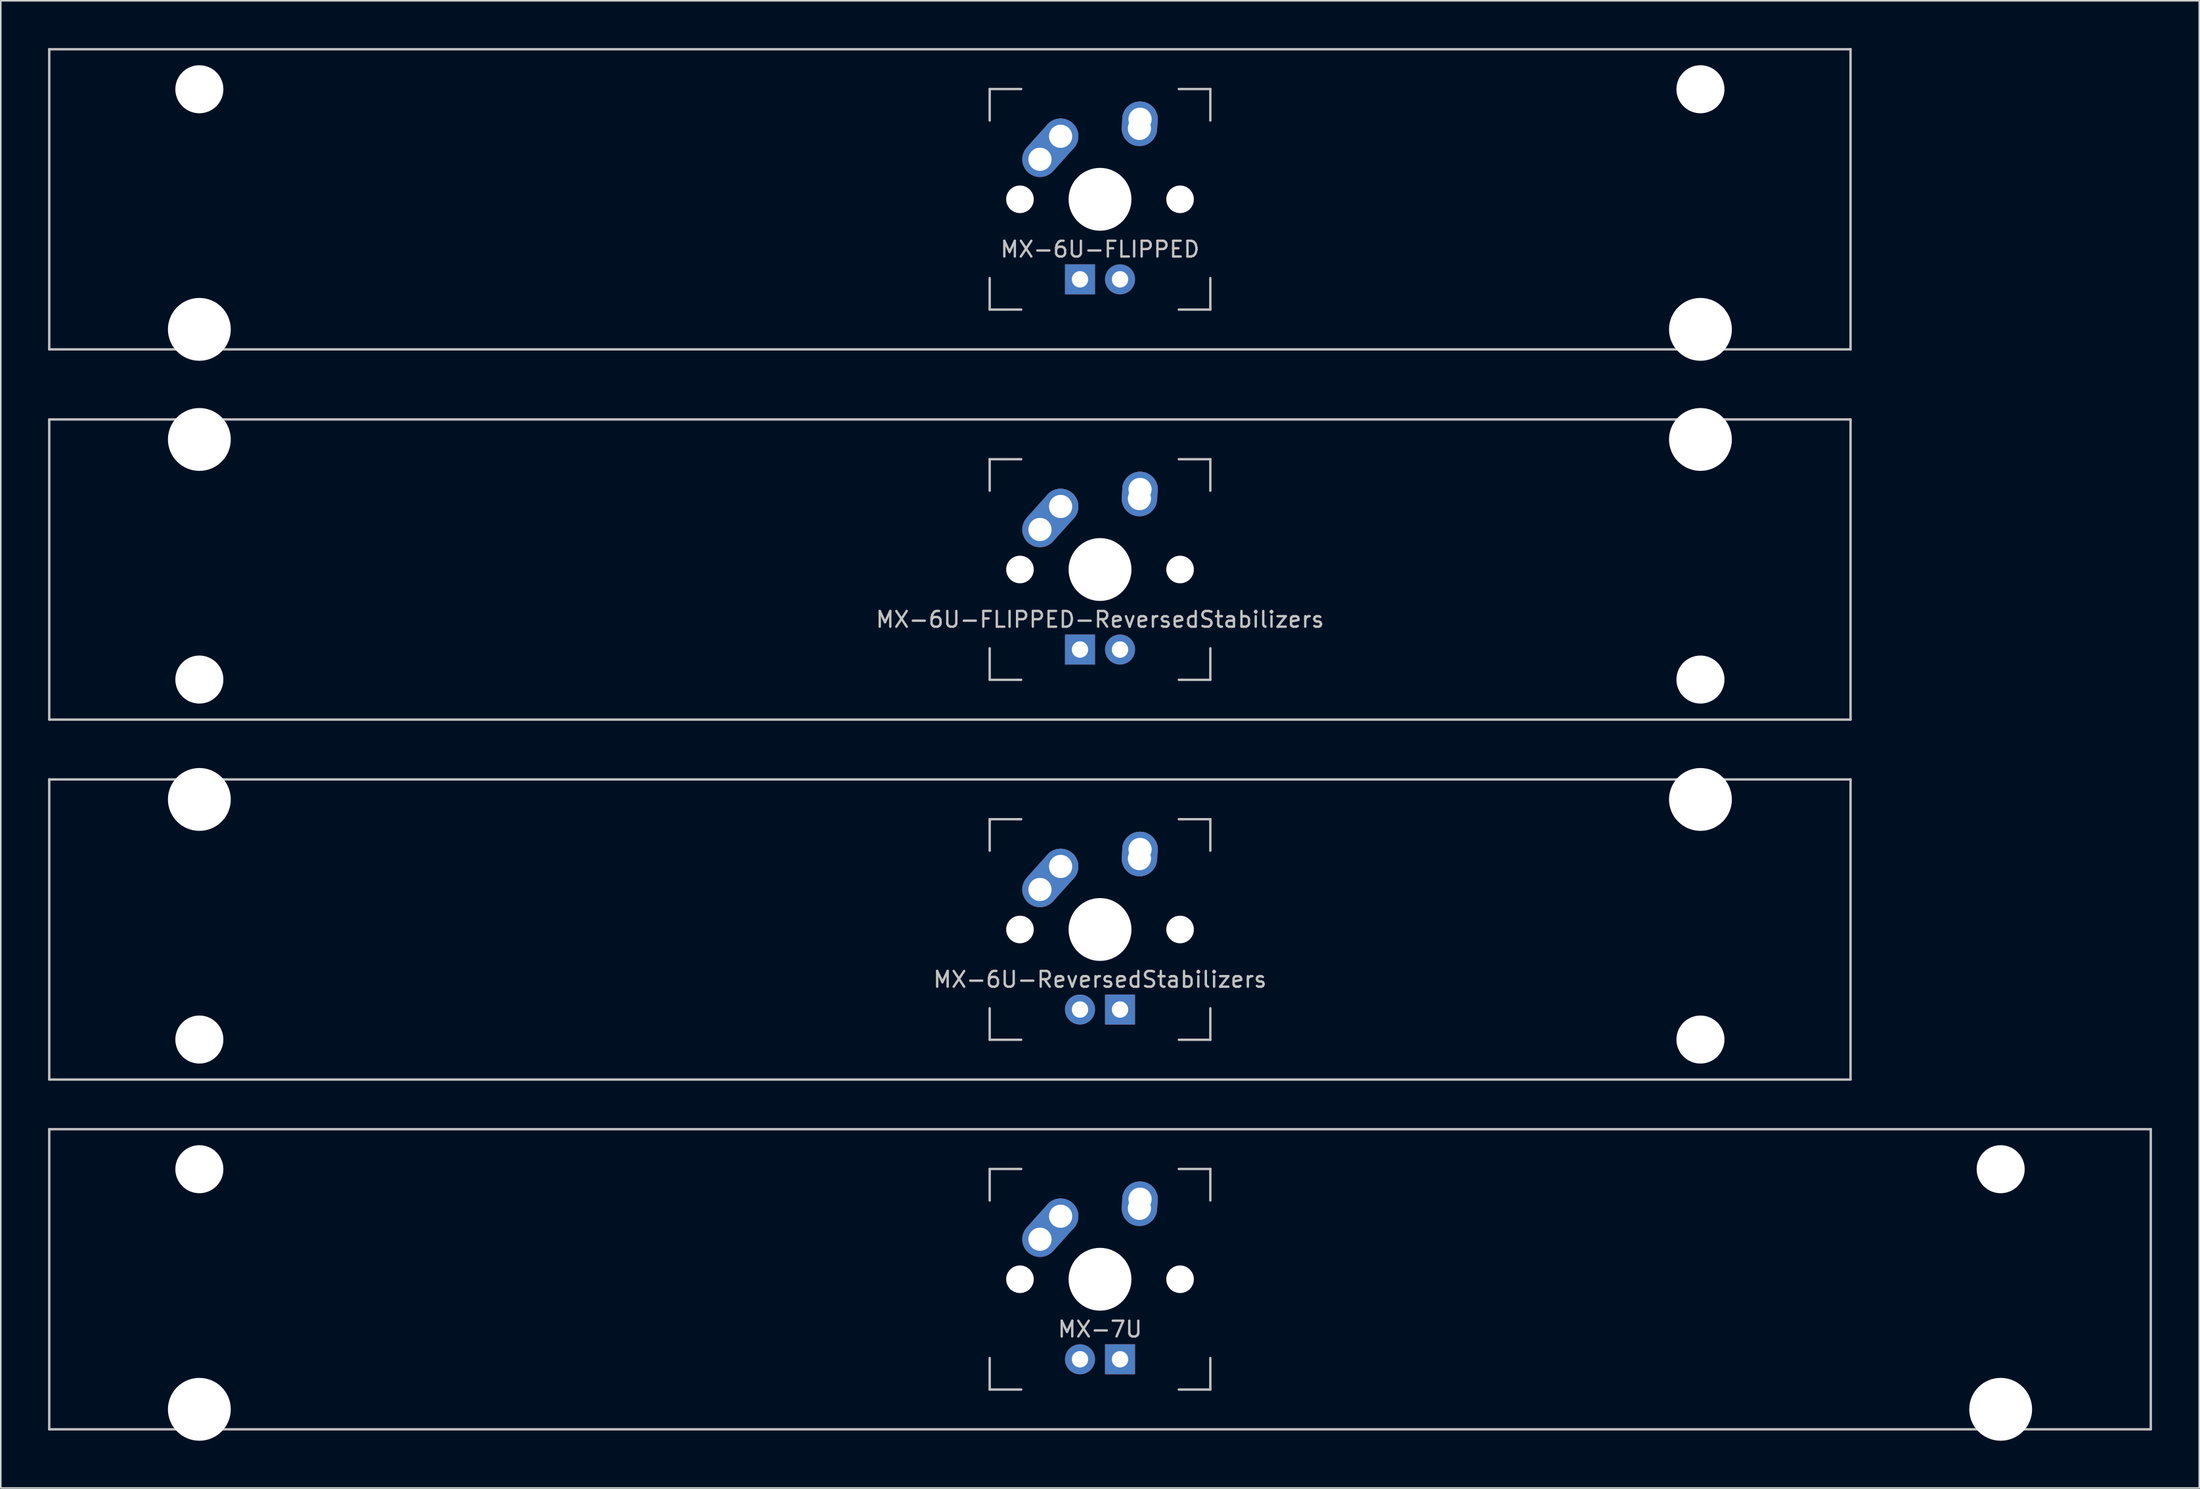
<source format=kicad_pcb>
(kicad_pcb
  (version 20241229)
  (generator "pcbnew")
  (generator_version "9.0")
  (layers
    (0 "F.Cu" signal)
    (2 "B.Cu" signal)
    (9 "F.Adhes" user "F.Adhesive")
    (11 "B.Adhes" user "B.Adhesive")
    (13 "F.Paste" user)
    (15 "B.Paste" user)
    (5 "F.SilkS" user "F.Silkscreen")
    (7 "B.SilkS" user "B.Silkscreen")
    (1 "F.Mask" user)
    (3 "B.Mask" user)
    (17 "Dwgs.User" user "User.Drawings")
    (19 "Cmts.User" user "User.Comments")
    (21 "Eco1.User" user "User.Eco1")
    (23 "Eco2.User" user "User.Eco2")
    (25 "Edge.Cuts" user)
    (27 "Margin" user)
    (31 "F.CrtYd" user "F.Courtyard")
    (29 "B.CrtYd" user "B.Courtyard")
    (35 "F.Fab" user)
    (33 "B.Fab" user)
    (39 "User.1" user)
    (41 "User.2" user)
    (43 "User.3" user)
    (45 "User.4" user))
  (footprint "MX-6U-ReversedStabilizers"
    (layer "F.Cu")
    (at 57.225 55.947)
    (property "Reference" "MX-6U-ReversedStabilizers" (at 9.525 3.175 0) (layer "Dwgs.User") (effects (font (size 1 1) (thickness 0.15))))
    (attr through_hole)
    (fp_line (start -57.15 -9.525) (end 57.15 -9.525) (stroke (width 0.15) (type solid)) (layer "Dwgs.User"))
    (fp_line (start -57.15 9.525) (end -57.15 -9.525) (stroke (width 0.15) (type solid)) (layer "Dwgs.User"))
    (fp_line (start -57.15 9.525) (end 57.15 9.525) (stroke (width 0.15) (type solid)) (layer "Dwgs.User"))
    (fp_line (start 2.525 -7) (end 2.525 -5) (stroke (width 0.15) (type solid)) (layer "Dwgs.User"))
    (fp_line (start 2.525 5) (end 2.525 7) (stroke (width 0.15) (type solid)) (layer "Dwgs.User"))
    (fp_line (start 2.525 7) (end 4.525 7) (stroke (width 0.15) (type solid)) (layer "Dwgs.User"))
    (fp_line (start 4.525 -7) (end 2.525 -7) (stroke (width 0.15) (type solid)) (layer "Dwgs.User"))
    (fp_line (start 14.525 -7) (end 16.525 -7) (stroke (width 0.15) (type solid)) (layer "Dwgs.User"))
    (fp_line (start 14.525 7) (end 16.525 7) (stroke (width 0.15) (type solid)) (layer "Dwgs.User"))
    (fp_line (start 16.525 -7) (end 16.525 -5) (stroke (width 0.15) (type solid)) (layer "Dwgs.User"))
    (fp_line (start 16.525 7) (end 16.525 5) (stroke (width 0.15) (type solid)) (layer "Dwgs.User"))
    (fp_line (start 57.15 -9.525) (end 57.15 9.525) (stroke (width 0.15) (type solid)) (layer "Dwgs.User"))
    (pad "" np_thru_hole circle (at -47.625 -8.255) (size 3.988 3.988) (drill 3.988) (layers "*.Cu" "*.Mask"))
    (pad "" np_thru_hole circle (at -47.625 6.985) (size 3.048 3.048) (drill 3.048) (layers "*.Cu" "*.Mask"))
    (pad "" np_thru_hole circle (at 4.445 0 48.1) (size 1.75 1.75) (drill 1.75) (layers "*.Cu" "*.Mask"))
    (pad "" np_thru_hole circle (at 9.525 0) (size 3.988 3.988) (drill 3.988) (layers "*.Cu" "*.Mask"))
    (pad "" np_thru_hole circle (at 14.605 0 48.1) (size 1.75 1.75) (drill 1.75) (layers "*.Cu" "*.Mask"))
    (pad "" np_thru_hole circle (at 47.625 -8.255) (size 3.988 3.988) (drill 3.988) (layers "*.Cu" "*.Mask"))
    (pad "" np_thru_hole circle (at 47.625 6.985) (size 3.048 3.048) (drill 3.048) (layers "*.Cu" "*.Mask"))
    (pad "1" thru_hole oval (at 5.715 -2.54 48.1) (size 4.212 2.25) (drill 1.47 (offset 0.981 0)) (layers "*.Cu" "B.Mask"))
    (pad "1" thru_hole circle (at 7.025 -4) (size 2.25 2.25) (drill 1.47) (layers "*.Cu" "B.Mask"))
    (pad "2" thru_hole oval (at 12.025 -4.5 86.055) (size 2.831 2.25) (drill 1.47 (offset 0.291 0)) (layers "*.Cu" "B.Mask"))
    (pad "2" thru_hole circle (at 12.065 -5.08) (size 2.25 2.25) (drill 1.47) (layers "*.Cu" "B.Mask"))
    (pad "3" thru_hole circle (at 8.255 5.08) (size 1.905 1.905) (drill 1.04) (layers "*.Cu" "B.Mask"))
    (pad "4" thru_hole rect (at 10.795 5.08) (size 1.905 1.905) (drill 1.04) (layers "*.Cu" "B.Mask")))
  (footprint "MX-6U-FLIPPED"
    (layer "F.Cu")
    (at 57.225 9.6)
    (property "Reference" "MX-6U-FLIPPED" (at 9.525 3.175 0) (layer "Dwgs.User") (effects (font (size 1 1) (thickness 0.15))))
    (attr through_hole)
    (fp_line (start -57.15 -9.525) (end 57.15 -9.525) (stroke (width 0.15) (type solid)) (layer "Dwgs.User"))
    (fp_line (start -57.15 9.525) (end -57.15 -9.525) (stroke (width 0.15) (type solid)) (layer "Dwgs.User"))
    (fp_line (start -57.15 9.525) (end 57.15 9.525) (stroke (width 0.15) (type solid)) (layer "Dwgs.User"))
    (fp_line (start 2.525 -7) (end 2.525 -5) (stroke (width 0.15) (type solid)) (layer "Dwgs.User"))
    (fp_line (start 2.525 5) (end 2.525 7) (stroke (width 0.15) (type solid)) (layer "Dwgs.User"))
    (fp_line (start 2.525 7) (end 4.525 7) (stroke (width 0.15) (type solid)) (layer "Dwgs.User"))
    (fp_line (start 4.525 -7) (end 2.525 -7) (stroke (width 0.15) (type solid)) (layer "Dwgs.User"))
    (fp_line (start 14.525 -7) (end 16.525 -7) (stroke (width 0.15) (type solid)) (layer "Dwgs.User"))
    (fp_line (start 14.525 7) (end 16.525 7) (stroke (width 0.15) (type solid)) (layer "Dwgs.User"))
    (fp_line (start 16.525 -7) (end 16.525 -5) (stroke (width 0.15) (type solid)) (layer "Dwgs.User"))
    (fp_line (start 16.525 7) (end 16.525 5) (stroke (width 0.15) (type solid)) (layer "Dwgs.User"))
    (fp_line (start 57.15 -9.525) (end 57.15 9.525) (stroke (width 0.15) (type solid)) (layer "Dwgs.User"))
    (pad "" np_thru_hole circle (at -47.625 -6.985) (size 3.048 3.048) (drill 3.048) (layers "*.Cu" "*.Mask"))
    (pad "" np_thru_hole circle (at -47.625 8.255) (size 3.988 3.988) (drill 3.988) (layers "*.Cu" "*.Mask"))
    (pad "" np_thru_hole circle (at 4.445 0 48.1) (size 1.75 1.75) (drill 1.75) (layers "*.Cu" "*.Mask"))
    (pad "" np_thru_hole circle (at 9.525 0) (size 3.988 3.988) (drill 3.988) (layers "*.Cu" "*.Mask"))
    (pad "" np_thru_hole circle (at 14.605 0 48.1) (size 1.75 1.75) (drill 1.75) (layers "*.Cu" "*.Mask"))
    (pad "" np_thru_hole circle (at 47.625 -6.985) (size 3.048 3.048) (drill 3.048) (layers "*.Cu" "*.Mask"))
    (pad "" np_thru_hole circle (at 47.625 8.255) (size 3.988 3.988) (drill 3.988) (layers "*.Cu" "*.Mask"))
    (pad "1" thru_hole oval (at 5.715 -2.54 48.1) (size 4.212 2.25) (drill 1.47 (offset 0.981 0)) (layers "*.Cu" "B.Mask"))
    (pad "1" thru_hole circle (at 7.025 -4) (size 2.25 2.25) (drill 1.47) (layers "*.Cu" "B.Mask"))
    (pad "2" thru_hole oval (at 12.025 -4.5 86.055) (size 2.831 2.25) (drill 1.47 (offset 0.291 0)) (layers "*.Cu" "B.Mask"))
    (pad "2" thru_hole circle (at 12.065 -5.08) (size 2.25 2.25) (drill 1.47) (layers "*.Cu" "B.Mask"))
    (pad "3" thru_hole circle (at 10.795 5.08) (size 1.905 1.905) (drill 1.04) (layers "*.Cu" "B.Mask"))
    (pad "4" thru_hole rect (at 8.255 5.08) (size 1.905 1.905) (drill 1.04) (layers "*.Cu" "B.Mask")))
  (footprint "MX-6U-FLIPPED-ReversedStabilizers"
    (layer "F.Cu")
    (at 57.225 33.098)
    (property "Reference" "MX-6U-FLIPPED-ReversedStabilizers" (at 9.525 3.175 0) (layer "Dwgs.User") (effects (font (size 1 1) (thickness 0.15))))
    (attr through_hole)
    (fp_line (start -57.15 -9.525) (end 57.15 -9.525) (stroke (width 0.15) (type solid)) (layer "Dwgs.User"))
    (fp_line (start -57.15 9.525) (end -57.15 -9.525) (stroke (width 0.15) (type solid)) (layer "Dwgs.User"))
    (fp_line (start -57.15 9.525) (end 57.15 9.525) (stroke (width 0.15) (type solid)) (layer "Dwgs.User"))
    (fp_line (start 2.525 -7) (end 2.525 -5) (stroke (width 0.15) (type solid)) (layer "Dwgs.User"))
    (fp_line (start 2.525 5) (end 2.525 7) (stroke (width 0.15) (type solid)) (layer "Dwgs.User"))
    (fp_line (start 2.525 7) (end 4.525 7) (stroke (width 0.15) (type solid)) (layer "Dwgs.User"))
    (fp_line (start 4.525 -7) (end 2.525 -7) (stroke (width 0.15) (type solid)) (layer "Dwgs.User"))
    (fp_line (start 14.525 -7) (end 16.525 -7) (stroke (width 0.15) (type solid)) (layer "Dwgs.User"))
    (fp_line (start 14.525 7) (end 16.525 7) (stroke (width 0.15) (type solid)) (layer "Dwgs.User"))
    (fp_line (start 16.525 -7) (end 16.525 -5) (stroke (width 0.15) (type solid)) (layer "Dwgs.User"))
    (fp_line (start 16.525 7) (end 16.525 5) (stroke (width 0.15) (type solid)) (layer "Dwgs.User"))
    (fp_line (start 57.15 -9.525) (end 57.15 9.525) (stroke (width 0.15) (type solid)) (layer "Dwgs.User"))
    (pad "" np_thru_hole circle (at -47.625 -8.255) (size 3.988 3.988) (drill 3.988) (layers "*.Cu" "*.Mask"))
    (pad "" np_thru_hole circle (at -47.625 6.985) (size 3.048 3.048) (drill 3.048) (layers "*.Cu" "*.Mask"))
    (pad "" np_thru_hole circle (at 4.445 0 48.1) (size 1.75 1.75) (drill 1.75) (layers "*.Cu" "*.Mask"))
    (pad "" np_thru_hole circle (at 9.525 0) (size 3.988 3.988) (drill 3.988) (layers "*.Cu" "*.Mask"))
    (pad "" np_thru_hole circle (at 14.605 0 48.1) (size 1.75 1.75) (drill 1.75) (layers "*.Cu" "*.Mask"))
    (pad "" np_thru_hole circle (at 47.625 -8.255) (size 3.988 3.988) (drill 3.988) (layers "*.Cu" "*.Mask"))
    (pad "" np_thru_hole circle (at 47.625 6.985) (size 3.048 3.048) (drill 3.048) (layers "*.Cu" "*.Mask"))
    (pad "1" thru_hole oval (at 5.715 -2.54 48.1) (size 4.212 2.25) (drill 1.47 (offset 0.981 0)) (layers "*.Cu" "B.Mask"))
    (pad "1" thru_hole circle (at 7.025 -4) (size 2.25 2.25) (drill 1.47) (layers "*.Cu" "B.Mask"))
    (pad "2" thru_hole oval (at 12.025 -4.5 86.055) (size 2.831 2.25) (drill 1.47 (offset 0.291 0)) (layers "*.Cu" "B.Mask"))
    (pad "2" thru_hole circle (at 12.065 -5.08) (size 2.25 2.25) (drill 1.47) (layers "*.Cu" "B.Mask"))
    (pad "3" thru_hole circle (at 10.795 5.08) (size 1.905 1.905) (drill 1.04) (layers "*.Cu" "B.Mask"))
    (pad "4" thru_hole rect (at 8.255 5.08) (size 1.905 1.905) (drill 1.04) (layers "*.Cu" "B.Mask")))
  (footprint "MX-7U"
    (layer "F.Cu")
    (at 66.75 78.147)
    (property "Reference" "MX-7U" (at 0 3.175 0) (layer "Dwgs.User") (effects (font (size 1 1) (thickness 0.15))))
    (attr through_hole)
    (fp_line (start -66.675 -9.525) (end 66.675 -9.525) (stroke (width 0.15) (type solid)) (layer "Dwgs.User"))
    (fp_line (start -66.675 9.525) (end -66.675 -9.525) (stroke (width 0.15) (type solid)) (layer "Dwgs.User"))
    (fp_line (start -66.675 9.525) (end 66.675 9.525) (stroke (width 0.15) (type solid)) (layer "Dwgs.User"))
    (fp_line (start -7 -7) (end -7 -5) (stroke (width 0.15) (type solid)) (layer "Dwgs.User"))
    (fp_line (start -7 5) (end -7 7) (stroke (width 0.15) (type solid)) (layer "Dwgs.User"))
    (fp_line (start -7 7) (end -5 7) (stroke (width 0.15) (type solid)) (layer "Dwgs.User"))
    (fp_line (start -5 -7) (end -7 -7) (stroke (width 0.15) (type solid)) (layer "Dwgs.User"))
    (fp_line (start 5 -7) (end 7 -7) (stroke (width 0.15) (type solid)) (layer "Dwgs.User"))
    (fp_line (start 5 7) (end 7 7) (stroke (width 0.15) (type solid)) (layer "Dwgs.User"))
    (fp_line (start 7 -7) (end 7 -5) (stroke (width 0.15) (type solid)) (layer "Dwgs.User"))
    (fp_line (start 7 7) (end 7 5) (stroke (width 0.15) (type solid)) (layer "Dwgs.User"))
    (fp_line (start 66.675 -9.525) (end 66.675 9.525) (stroke (width 0.15) (type solid)) (layer "Dwgs.User"))
    (pad "" np_thru_hole circle (at -57.15 -6.985) (size 3.048 3.048) (drill 3.048) (layers "*.Cu" "*.Mask"))
    (pad "" np_thru_hole circle (at -57.15 8.255) (size 3.988 3.988) (drill 3.988) (layers "*.Cu" "*.Mask"))
    (pad "" np_thru_hole circle (at -5.08 0 48.1) (size 1.75 1.75) (drill 1.75) (layers "*.Cu" "*.Mask"))
    (pad "" np_thru_hole circle (at 0 0) (size 3.988 3.988) (drill 3.988) (layers "*.Cu" "*.Mask"))
    (pad "" np_thru_hole circle (at 5.08 0 48.1) (size 1.75 1.75) (drill 1.75) (layers "*.Cu" "*.Mask"))
    (pad "" np_thru_hole circle (at 57.15 -6.985) (size 3.048 3.048) (drill 3.048) (layers "*.Cu" "*.Mask"))
    (pad "" np_thru_hole circle (at 57.15 8.255) (size 3.988 3.988) (drill 3.988) (layers "*.Cu" "*.Mask"))
    (pad "1" thru_hole oval (at -3.81 -2.54 48.1) (size 4.212 2.25) (drill 1.47 (offset 0.981 0)) (layers "*.Cu" "B.Mask"))
    (pad "1" thru_hole circle (at -2.5 -4) (size 2.25 2.25) (drill 1.47) (layers "*.Cu" "B.Mask"))
    (pad "2" thru_hole oval (at 2.5 -4.5 86.055) (size 2.831 2.25) (drill 1.47 (offset 0.291 0)) (layers "*.Cu" "B.Mask"))
    (pad "2" thru_hole circle (at 2.54 -5.08) (size 2.25 2.25) (drill 1.47) (layers "*.Cu" "B.Mask"))
    (pad "3" thru_hole circle (at -1.27 5.08) (size 1.905 1.905) (drill 1.04) (layers "*.Cu" "B.Mask"))
    (pad "4" thru_hole rect (at 1.27 5.08) (size 1.905 1.905) (drill 1.04) (layers "*.Cu" "B.Mask")))
  (gr_rect
    (start -3 -3)
    (end 136.5 91.396)
    (stroke (width 0.1) (type default))
    (fill no)
    (layer "Edge.Cuts")))
</source>
